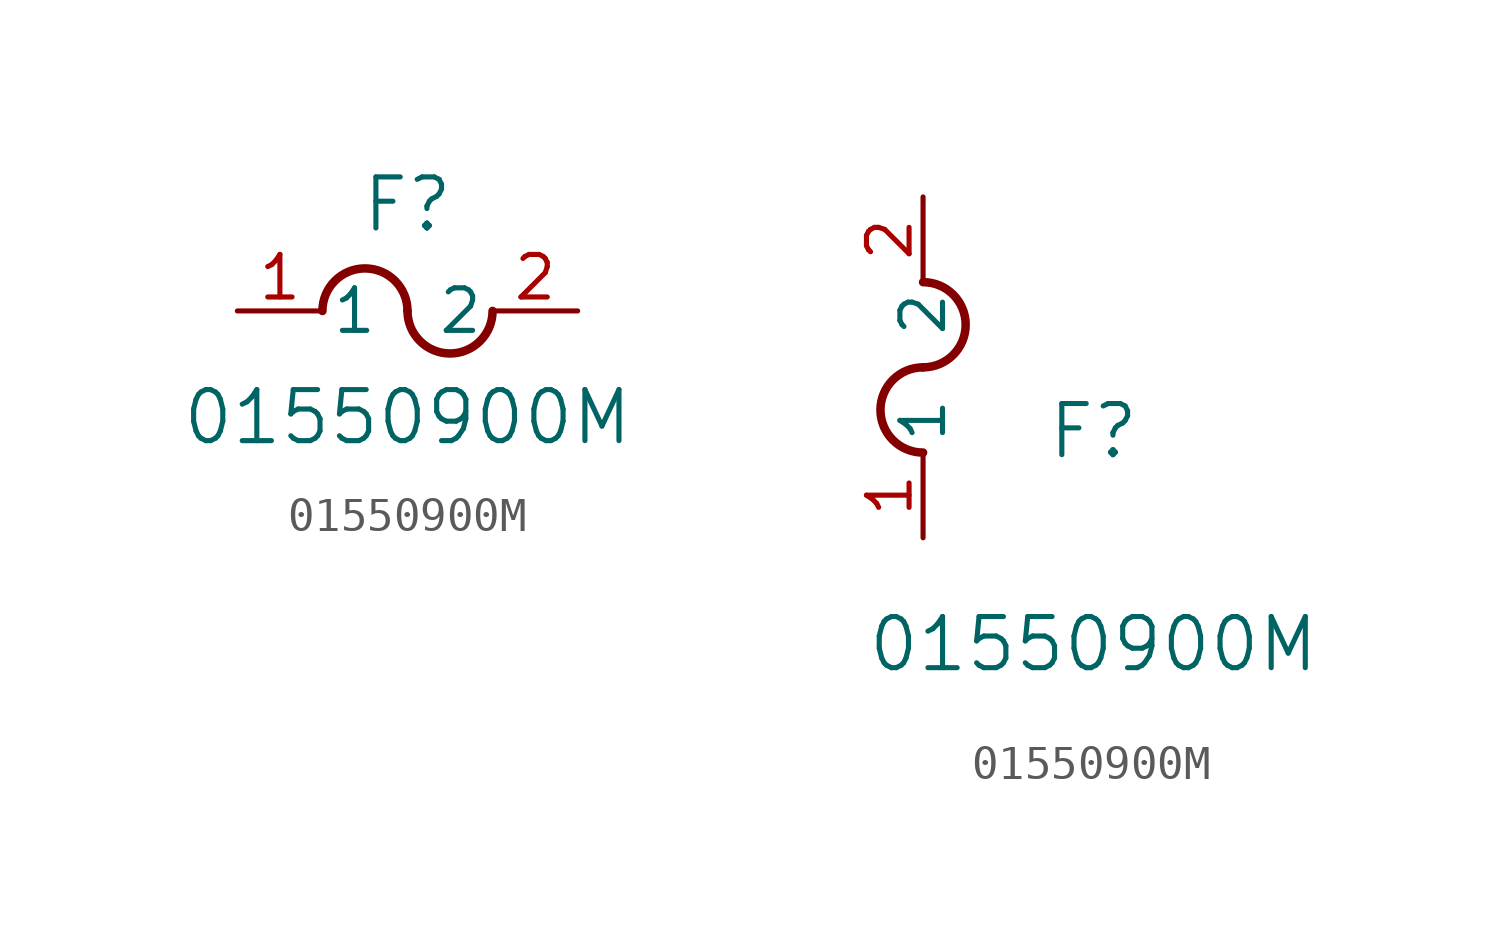
<source format=kicad_sym>
(kicad_symbol_lib
  (version 20231120)
  (generator "kicad_symbol_editor")
  (generator_version "8.0")
  (symbol "01550900M"
    (pin_names
      (offset 0.254))
    (property "Reference" "F"
      (at 5.08 3.175 0)
      (effects (font (size 1.524 1.524))))
    (property "Value" "01550900M"
      (at 5.08 -3.175 0)
      (effects (font (size 1.524 1.524))))
    (symbol "01550900M_1_1"
      (arc (start 5.08 0) (mid 3.81 1.2645) (end 2.54 0) (stroke (width 0.254) (type default)) (fill (type none)))
      (arc (start 5.08 0) (mid 6.35 -1.2645) (end 7.62 0) (stroke (width 0.254) (type default)) (fill (type none)))
      (pin power_in line (at 0 0 0) (length 2.54) (name "1" (effects (font (size 1.27 1.27)))) (number "1" (effects (font (size 1.27 1.27)))))
      (pin power_out line (at 10.16 0 180) (length 2.54) (name "2" (effects (font (size 1.27 1.27)))) (number "2" (effects (font (size 1.27 1.27))))))
    (symbol "01550900M_1_2"
      (arc (start 0 5.08) (mid -1.2645 3.81) (end 0 2.54) (stroke (width 0.254) (type default)) (fill (type none)))
      (arc (start 0 5.08) (mid 1.2645 6.35) (end 0 7.62) (stroke (width 0.254) (type default)) (fill (type none)))
      (pin unspecified line (at 0 0 90) (length 2.54) (name "1" (effects (font (size 1.27 1.27)))) (number "1" (effects (font (size 1.27 1.27)))))
      (pin unspecified line (at 0 10.16 270) (length 2.54) (name "2" (effects (font (size 1.27 1.27)))) (number "2" (effects (font (size 1.27 1.27))))))))
</source>
